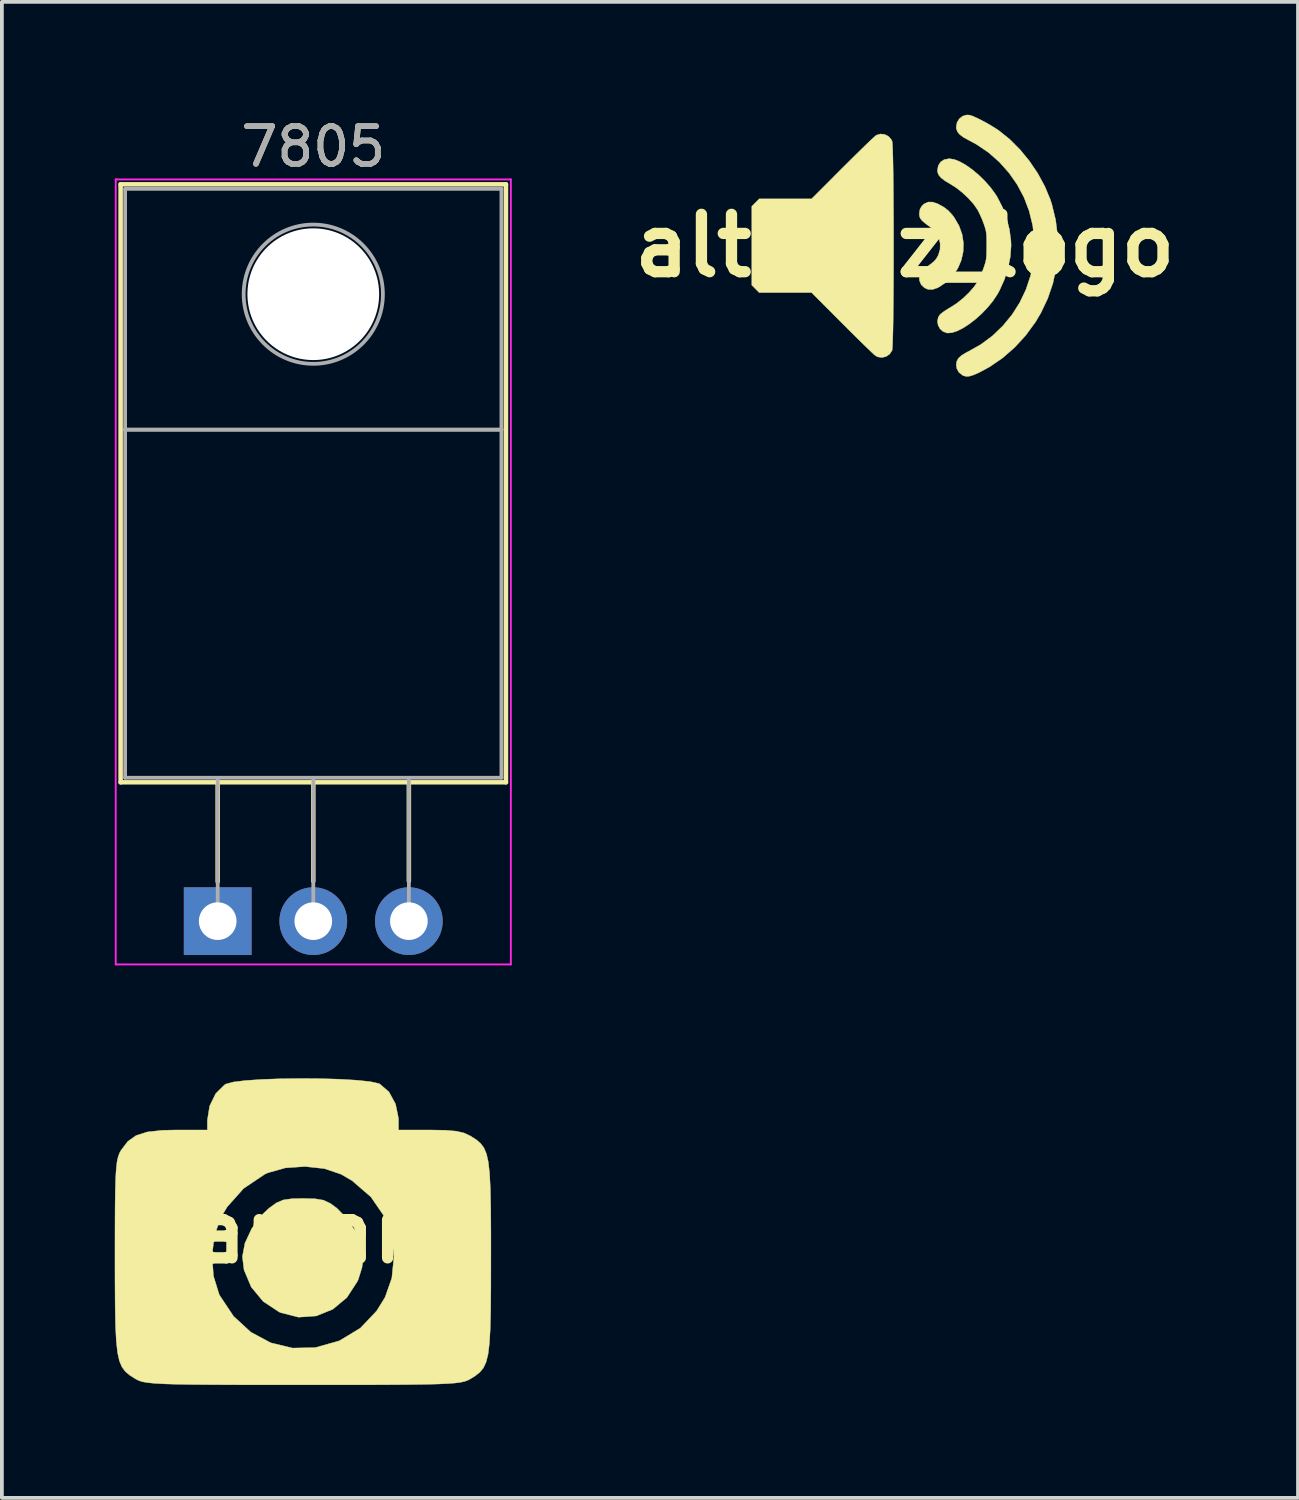
<source format=kicad_pcb>
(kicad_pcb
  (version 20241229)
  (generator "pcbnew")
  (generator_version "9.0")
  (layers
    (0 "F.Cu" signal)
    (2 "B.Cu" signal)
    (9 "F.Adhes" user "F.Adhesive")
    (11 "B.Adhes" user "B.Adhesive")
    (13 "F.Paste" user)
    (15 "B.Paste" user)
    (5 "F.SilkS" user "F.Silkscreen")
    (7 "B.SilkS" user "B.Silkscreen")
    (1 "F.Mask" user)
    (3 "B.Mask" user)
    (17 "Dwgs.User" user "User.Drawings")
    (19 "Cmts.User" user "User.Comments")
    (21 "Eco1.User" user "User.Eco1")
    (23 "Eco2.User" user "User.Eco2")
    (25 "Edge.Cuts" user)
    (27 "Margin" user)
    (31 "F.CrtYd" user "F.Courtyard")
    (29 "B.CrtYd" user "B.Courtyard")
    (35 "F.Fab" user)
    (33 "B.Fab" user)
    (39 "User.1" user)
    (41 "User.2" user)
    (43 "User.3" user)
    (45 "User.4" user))
  (footprint "7805"
    (layer "F.Cu")
    (at 2.735 21.428)
    (property "Reference" "7805" (at 2.54 -20.58 0) (layer "F.SilkS") (effects (font (size 1 1) (thickness 0.15))))
    (attr through_hole)
    (fp_line (start -2.58 -19.58) (end -2.58 -3.69) (stroke (width 0.12) (type solid)) (layer "F.SilkS"))
    (fp_line (start -2.58 -19.58) (end 7.66 -19.58) (stroke (width 0.12) (type solid)) (layer "F.SilkS"))
    (fp_line (start -2.58 -3.69) (end 7.66 -3.69) (stroke (width 0.12) (type solid)) (layer "F.SilkS"))
    (fp_line (start 0 -3.69) (end 0 -1.05) (stroke (width 0.12) (type solid)) (layer "F.SilkS"))
    (fp_line (start 2.54 -3.69) (end 2.54 -1.066) (stroke (width 0.12) (type solid)) (layer "F.SilkS"))
    (fp_line (start 5.08 -3.69) (end 5.08 -1.066) (stroke (width 0.12) (type solid)) (layer "F.SilkS"))
    (fp_line (start 7.66 -19.58) (end 7.66 -3.69) (stroke (width 0.12) (type solid)) (layer "F.SilkS"))
    (fp_line (start -2.71 -19.71) (end -2.71 1.15) (stroke (width 0.05) (type solid)) (layer "F.CrtYd"))
    (fp_line (start -2.71 1.15) (end 7.79 1.15) (stroke (width 0.05) (type solid)) (layer "F.CrtYd"))
    (fp_line (start 7.79 -19.71) (end -2.71 -19.71) (stroke (width 0.05) (type solid)) (layer "F.CrtYd"))
    (fp_line (start 7.79 1.15) (end 7.79 -19.71) (stroke (width 0.05) (type solid)) (layer "F.CrtYd"))
    (fp_line (start -2.46 -19.46) (end 7.54 -19.46) (stroke (width 0.1) (type solid)) (layer "F.Fab"))
    (fp_line (start -2.46 -13.06) (end -2.46 -19.46) (stroke (width 0.1) (type solid)) (layer "F.Fab"))
    (fp_line (start -2.46 -13.06) (end 7.54 -13.06) (stroke (width 0.1) (type solid)) (layer "F.Fab"))
    (fp_line (start -2.46 -3.81) (end -2.46 -13.06) (stroke (width 0.1) (type solid)) (layer "F.Fab"))
    (fp_line (start 0 -3.81) (end 0 0) (stroke (width 0.1) (type solid)) (layer "F.Fab"))
    (fp_line (start 2.54 -3.81) (end 2.54 0) (stroke (width 0.1) (type solid)) (layer "F.Fab"))
    (fp_line (start 5.08 -3.81) (end 5.08 0) (stroke (width 0.1) (type solid)) (layer "F.Fab"))
    (fp_line (start 7.54 -19.46) (end 7.54 -13.06) (stroke (width 0.1) (type solid)) (layer "F.Fab"))
    (fp_line (start 7.54 -13.06) (end -2.46 -13.06) (stroke (width 0.1) (type solid)) (layer "F.Fab"))
    (fp_line (start 7.54 -13.06) (end 7.54 -3.81) (stroke (width 0.1) (type solid)) (layer "F.Fab"))
    (fp_line (start 7.54 -3.81) (end -2.46 -3.81) (stroke (width 0.1) (type solid)) (layer "F.Fab"))
    (fp_circle (center 2.54 -16.66) (end 4.39 -16.66) (stroke (width 0.1) (type solid)) (fill no) (layer "F.Fab"))
    (fp_text user "${REFERENCE}" (at 2.54 -20.58 0) (layer "F.Fab") (effects (font (size 1 1) (thickness 0.15))))
    (pad "" np_thru_hole oval (at 2.54 -16.66) (size 3.5 3.5) (drill 3.5) (layers "*.Cu" "*.Mask"))
    (pad "GND" thru_hole oval (at 2.54 0) (size 1.8 1.8) (drill 1) (layers "*.Cu" "*.Mask"))
    (pad "VI" thru_hole rect (at 0 0) (size 1.8 1.8) (drill 1) (layers "*.Cu" "*.Mask"))
    (pad "VO" thru_hole oval (at 5.08 0) (size 1.8 1.8) (drill 1) (layers "*.Cu" "*.Mask")))
  (footprint "camara"
    (layer "F.Cu")
    (at 5 29.686)
    (property "Reference" "camara" (at 0 0 0) (layer "F.SilkS") (effects (font (size 1.524 1.524) (thickness 0.3))))
    (attr through_hole)
    (fp_poly (pts (xy 0.327 -0.88) (xy 0.548 -0.843) (xy 0.729 -0.757) (xy 0.902 -0.63) (xy 1.208 -0.315) (xy 1.445 0.069) (xy 1.584 0.463) (xy 1.607 0.674) (xy 1.568 0.949) (xy 1.475 1.25) (xy 1.449 1.312) (xy 1.167 1.745) (xy 0.793 2.056) (xy 0.355 2.233) (xy -0.118 2.266) (xy -0.597 2.143) (xy -0.635 2.126) (xy -1.057 1.847) (xy -1.375 1.463) (xy -1.565 1.01) (xy -1.609 0.656) (xy -1.541 0.298) (xy -1.361 -0.088) (xy -1.099 -0.444) (xy -0.902 -0.63) (xy -0.705 -0.772) (xy -0.522 -0.85) (xy -0.29 -0.883) (xy 0 -0.889) (xy 0.327 -0.88)) (stroke (width 0.01) (type solid)) (fill yes) (layer "F.SilkS"))
    (fp_poly (pts (xy 0.473 -4.073) (xy 0.983 -4.058) (xy 1.432 -4.031) (xy 1.785 -3.994) (xy 2.011 -3.945) (xy 2.043 -3.931) (xy 2.286 -3.72) (xy 2.461 -3.399) (xy 2.538 -3.025) (xy 2.54 -2.966) (xy 2.54 -2.709) (xy 3.365 -2.709) (xy 3.784 -2.702) (xy 4.076 -2.677) (xy 4.285 -2.628) (xy 4.454 -2.548) (xy 4.462 -2.543) (xy 4.605 -2.451) (xy 4.72 -2.354) (xy 4.81 -2.234) (xy 4.878 -2.072) (xy 4.927 -1.85) (xy 4.96 -1.548) (xy 4.98 -1.149) (xy 4.991 -0.634) (xy 4.995 0.017) (xy 4.995 0.677) (xy 4.994 1.455) (xy 4.989 2.082) (xy 4.977 2.577) (xy 4.955 2.959) (xy 4.92 3.246) (xy 4.868 3.457) (xy 4.797 3.611) (xy 4.703 3.726) (xy 4.584 3.821) (xy 4.462 3.898) (xy 4.394 3.936) (xy 4.314 3.967) (xy 4.207 3.993) (xy 4.059 4.014) (xy 3.854 4.03) (xy 3.579 4.042) (xy 3.217 4.051) (xy 2.754 4.057) (xy 2.175 4.061) (xy 1.466 4.063) (xy 0.612 4.063) (xy 0 4.063) (xy -0.952 4.063) (xy -1.75 4.062) (xy -2.408 4.059) (xy -2.941 4.055) (xy -3.364 4.048) (xy -3.692 4.038) (xy -3.939 4.024) (xy -4.121 4.006) (xy -4.252 3.984) (xy -4.347 3.956) (xy -4.42 3.922) (xy -4.462 3.898) (xy -4.605 3.806) (xy -4.72 3.709) (xy -4.809 3.59) (xy -4.877 3.429) (xy -4.926 3.208) (xy -4.959 2.908) (xy -4.98 2.511) (xy -4.99 1.997) (xy -4.994 1.35) (xy -4.995 0.66) (xy -4.995 0.634) (xy -2.417 0.634) (xy -2.377 1.173) (xy -2.23 1.65) (xy -2.209 1.693) (xy -1.843 2.242) (xy -1.386 2.662) (xy -0.857 2.946) (xy -0.279 3.086) (xy 0.326 3.074) (xy 0.939 2.902) (xy 0.988 2.881) (xy 1.527 2.555) (xy 1.961 2.096) (xy 2.183 1.736) (xy 2.362 1.226) (xy 2.419 0.659) (xy 2.355 0.094) (xy 2.183 -0.381) (xy 1.807 -0.929) (xy 1.309 -1.36) (xy 1.016 -1.532) (xy 0.572 -1.682) (xy 0.055 -1.738) (xy -0.47 -1.701) (xy -0.934 -1.57) (xy -1.016 -1.532) (xy -1.576 -1.156) (xy -2.012 -0.667) (xy -2.183 -0.381) (xy -2.352 0.095) (xy -2.417 0.634) (xy -4.995 0.634) (xy -4.994 -0.071) (xy -4.992 -0.652) (xy -4.986 -1.104) (xy -4.976 -1.445) (xy -4.96 -1.696) (xy -4.938 -1.877) (xy -4.908 -2.006) (xy -4.87 -2.104) (xy -4.829 -2.176) (xy -4.654 -2.405) (xy -4.435 -2.561) (xy -4.139 -2.656) (xy -3.733 -2.701) (xy -3.349 -2.709) (xy -2.54 -2.709) (xy -2.54 -2.966) (xy -2.48 -3.344) (xy -2.318 -3.676) (xy -2.084 -3.908) (xy -2.043 -3.931) (xy -1.854 -3.983) (xy -1.528 -4.023) (xy -1.1 -4.052) (xy -0.602 -4.07) (xy -0.067 -4.077) (xy 0.473 -4.073)) (stroke (width 0.01) (type solid)) (fill yes) (layer "F.SilkS")))
  (footprint "altavoz_logo"
    (layer "F.Cu")
    (at 20.996 3.48)
    (property "Reference" "altavoz_logo" (at 0 0 0) (layer "F.SilkS") (effects (font (size 1.524 1.524) (thickness 0.3))))
    (attr through_hole)
    (fp_poly (pts (xy 0.739 -1.16) (xy 0.872 -1.115) (xy 0.897 -1.102) (xy 1.041 -1.021) (xy 1.154 -0.933) (xy 1.255 -0.824) (xy 1.314 -0.745) (xy 1.44 -0.528) (xy 1.521 -0.3) (xy 1.556 -0.068) (xy 1.548 0.163) (xy 1.498 0.387) (xy 1.408 0.598) (xy 1.279 0.791) (xy 1.112 0.959) (xy 0.909 1.096) (xy 0.872 1.116) (xy 0.738 1.162) (xy 0.616 1.16) (xy 0.523 1.12) (xy 0.433 1.036) (xy 0.389 0.931) (xy 0.383 0.864) (xy 0.391 0.786) (xy 0.419 0.718) (xy 0.475 0.652) (xy 0.566 0.576) (xy 0.611 0.543) (xy 0.709 0.47) (xy 0.775 0.414) (xy 0.821 0.363) (xy 0.858 0.306) (xy 0.891 0.242) (xy 0.934 0.096) (xy 0.937 -0.063) (xy 0.899 -0.22) (xy 0.877 -0.271) (xy 0.818 -0.365) (xy 0.738 -0.447) (xy 0.654 -0.511) (xy 0.538 -0.596) (xy 0.46 -0.663) (xy 0.412 -0.722) (xy 0.389 -0.78) (xy 0.382 -0.846) (xy 0.382 -0.849) (xy 0.401 -0.972) (xy 0.457 -1.065) (xy 0.523 -1.12) (xy 0.624 -1.162) (xy 0.739 -1.16)) (stroke (width 0.01) (type solid)) (fill yes) (layer "F.SilkS"))
    (fp_poly (pts (xy -0.538 -2.958) (xy -0.437 -2.907) (xy -0.361 -2.822) (xy -0.342 -2.784) (xy -0.335 -2.744) (xy -0.329 -2.656) (xy -0.324 -2.526) (xy -0.319 -2.358) (xy -0.315 -2.155) (xy -0.311 -1.922) (xy -0.308 -1.662) (xy -0.306 -1.381) (xy -0.304 -1.082) (xy -0.302 -0.768) (xy -0.301 -0.446) (xy -0.301 -0.117) (xy -0.301 0.213) (xy -0.301 0.54) (xy -0.302 0.86) (xy -0.304 1.17) (xy -0.306 1.464) (xy -0.309 1.74) (xy -0.312 1.992) (xy -0.316 2.217) (xy -0.321 2.41) (xy -0.326 2.568) (xy -0.331 2.686) (xy -0.337 2.76) (xy -0.342 2.784) (xy -0.406 2.88) (xy -0.499 2.944) (xy -0.607 2.97) (xy -0.718 2.954) (xy -0.775 2.926) (xy -0.809 2.899) (xy -0.874 2.839) (xy -0.967 2.75) (xy -1.084 2.638) (xy -1.22 2.504) (xy -1.372 2.354) (xy -1.536 2.191) (xy -1.665 2.062) (xy -2.479 1.246) (xy -3.871 1.246) (xy -4.068 1.048) (xy -4.068 -1.048) (xy -3.969 -1.147) (xy -3.871 -1.246) (xy -2.479 -1.246) (xy -1.653 -2.074) (xy -1.481 -2.245) (xy -1.319 -2.405) (xy -1.17 -2.551) (xy -1.038 -2.68) (xy -0.927 -2.787) (xy -0.84 -2.868) (xy -0.781 -2.92) (xy -0.758 -2.938) (xy -0.649 -2.97) (xy -0.538 -2.958)) (stroke (width 0.01) (type solid)) (fill yes) (layer "F.SilkS"))
    (fp_poly (pts (xy 1.716 -3.472) (xy 1.791 -3.449) (xy 1.897 -3.403) (xy 2.026 -3.339) (xy 2.165 -3.265) (xy 2.304 -3.184) (xy 2.433 -3.103) (xy 2.504 -3.055) (xy 2.79 -2.825) (xy 3.061 -2.553) (xy 3.31 -2.249) (xy 3.531 -1.922) (xy 3.717 -1.58) (xy 3.862 -1.233) (xy 3.902 -1.111) (xy 4.005 -0.689) (xy 4.059 -0.263) (xy 4.064 0.164) (xy 4.022 0.586) (xy 3.932 1.001) (xy 3.795 1.403) (xy 3.612 1.788) (xy 3.47 2.027) (xy 3.211 2.382) (xy 2.919 2.7) (xy 2.599 2.98) (xy 2.252 3.218) (xy 1.966 3.372) (xy 1.826 3.433) (xy 1.718 3.466) (xy 1.631 3.473) (xy 1.557 3.454) (xy 1.538 3.445) (xy 1.437 3.367) (xy 1.379 3.263) (xy 1.364 3.161) (xy 1.379 3.068) (xy 1.427 2.985) (xy 1.513 2.909) (xy 1.643 2.832) (xy 1.691 2.808) (xy 2.024 2.62) (xy 2.33 2.392) (xy 2.605 2.127) (xy 2.848 1.831) (xy 3.053 1.508) (xy 3.218 1.162) (xy 3.339 0.798) (xy 3.393 0.55) (xy 3.416 0.364) (xy 3.429 0.147) (xy 3.43 -0.082) (xy 3.421 -0.304) (xy 3.401 -0.501) (xy 3.393 -0.55) (xy 3.302 -0.924) (xy 3.166 -1.283) (xy 2.986 -1.622) (xy 2.766 -1.937) (xy 2.51 -2.224) (xy 2.221 -2.478) (xy 1.902 -2.694) (xy 1.704 -2.801) (xy 1.559 -2.88) (xy 1.459 -2.954) (xy 1.397 -3.029) (xy 1.368 -3.111) (xy 1.364 -3.161) (xy 1.386 -3.277) (xy 1.446 -3.374) (xy 1.533 -3.443) (xy 1.637 -3.475) (xy 1.716 -3.472)) (stroke (width 0.01) (type solid)) (fill yes) (layer "F.SilkS"))
    (fp_poly (pts (xy 1.315 -2.292) (xy 1.463 -2.233) (xy 1.624 -2.141) (xy 1.792 -2.022) (xy 1.961 -1.88) (xy 2.123 -1.722) (xy 2.273 -1.552) (xy 2.403 -1.375) (xy 2.451 -1.3) (xy 2.591 -1.027) (xy 2.702 -0.731) (xy 2.779 -0.426) (xy 2.818 -0.126) (xy 2.822 0) (xy 2.801 0.293) (xy 2.74 0.598) (xy 2.643 0.901) (xy 2.515 1.186) (xy 2.451 1.3) (xy 2.334 1.474) (xy 2.195 1.644) (xy 2.04 1.805) (xy 1.876 1.952) (xy 1.709 2.081) (xy 1.545 2.187) (xy 1.39 2.265) (xy 1.25 2.311) (xy 1.132 2.32) (xy 1.121 2.318) (xy 1.015 2.28) (xy 0.934 2.208) (xy 0.883 2.113) (xy 0.865 2.008) (xy 0.886 1.904) (xy 0.927 1.836) (xy 0.977 1.791) (xy 1.058 1.732) (xy 1.158 1.669) (xy 1.213 1.637) (xy 1.38 1.529) (xy 1.549 1.394) (xy 1.707 1.242) (xy 1.842 1.087) (xy 1.929 0.959) (xy 1.979 0.864) (xy 2.034 0.743) (xy 2.083 0.619) (xy 2.093 0.591) (xy 2.124 0.499) (xy 2.146 0.422) (xy 2.16 0.348) (xy 2.168 0.262) (xy 2.171 0.151) (xy 2.172 0.004) (xy 2.172 0) (xy 2.172 -0.148) (xy 2.169 -0.258) (xy 2.162 -0.343) (xy 2.149 -0.416) (xy 2.128 -0.49) (xy 2.098 -0.579) (xy 2.094 -0.591) (xy 2.047 -0.713) (xy 1.992 -0.836) (xy 1.94 -0.94) (xy 1.929 -0.96) (xy 1.825 -1.108) (xy 1.687 -1.263) (xy 1.527 -1.413) (xy 1.358 -1.545) (xy 1.213 -1.637) (xy 1.068 -1.724) (xy 0.965 -1.802) (xy 0.901 -1.875) (xy 0.87 -1.949) (xy 0.864 -1.999) (xy 0.886 -2.126) (xy 0.947 -2.224) (xy 1.043 -2.288) (xy 1.17 -2.313) (xy 1.188 -2.313) (xy 1.315 -2.292)) (stroke (width 0.01) (type solid)) (fill yes) (layer "F.SilkS")))
  (gr_rect
    (start -3 -3)
    (end 31.442 36.754)
    (stroke (width 0.1) (type default))
    (fill no)
    (layer "Edge.Cuts")))
</source>
